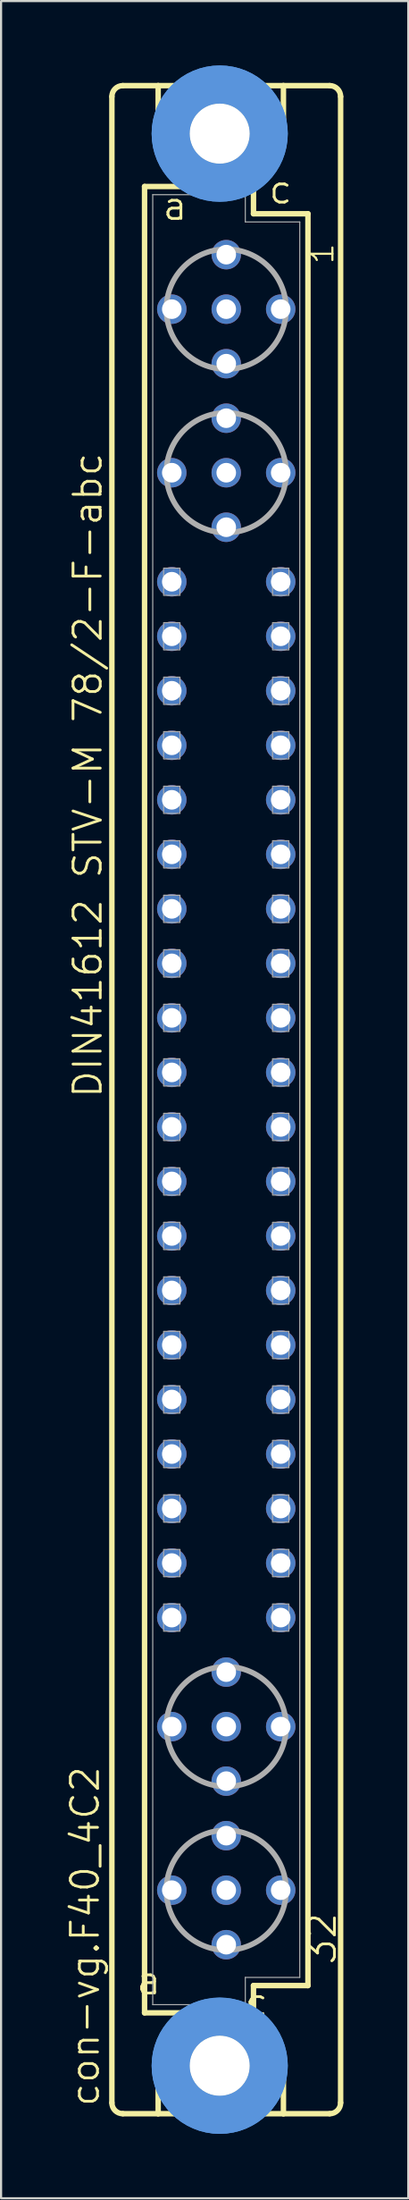
<source format=kicad_pcb>
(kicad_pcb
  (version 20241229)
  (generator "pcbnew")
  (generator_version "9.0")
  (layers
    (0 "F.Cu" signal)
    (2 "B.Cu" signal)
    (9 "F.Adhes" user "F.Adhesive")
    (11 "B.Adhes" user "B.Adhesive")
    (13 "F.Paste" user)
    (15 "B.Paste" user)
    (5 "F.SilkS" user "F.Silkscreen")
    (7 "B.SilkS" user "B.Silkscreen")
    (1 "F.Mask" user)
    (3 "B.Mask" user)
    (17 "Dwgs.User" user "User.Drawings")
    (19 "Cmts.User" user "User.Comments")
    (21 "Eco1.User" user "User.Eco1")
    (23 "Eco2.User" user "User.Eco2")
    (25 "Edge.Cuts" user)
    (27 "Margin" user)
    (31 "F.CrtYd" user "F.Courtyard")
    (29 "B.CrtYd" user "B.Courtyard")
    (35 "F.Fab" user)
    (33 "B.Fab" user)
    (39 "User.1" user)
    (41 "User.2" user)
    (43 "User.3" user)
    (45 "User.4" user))
  (footprint "con-vg.F40_4C2"
    (layer "F.Cu")
    (at 7.502 48.184)
    (property "Reference" "con-vg.F40_4C2" (at -5.842 46.99 90) (layer "F.SilkS") (effects (font (size 1.27 1.27) (thickness 0.13)) (justify left bottom)))
    (attr through_hole)
    (fp_line (start -5.334 46.736) (end -5.334 -46.736) (stroke (width 0.254) (type default)) (layer "F.SilkS"))
    (fp_line (start -4.826 -47.244) (end -3.175 -47.244) (stroke (width 0.254) (type default)) (layer "F.SilkS"))
    (fp_line (start -4.826 47.244) (end -3.175 47.244) (stroke (width 0.254) (type default)) (layer "F.SilkS"))
    (fp_line (start -3.81 -42.545) (end -3.81 42.545) (stroke (width 0.254) (type default)) (layer "F.SilkS"))
    (fp_line (start -3.81 42.545) (end -1.651 42.545) (stroke (width 0.254) (type default)) (layer "F.SilkS"))
    (fp_line (start -3.175 -47.244) (end -3.175 -44.45) (stroke (width 0.254) (type default)) (layer "F.SilkS"))
    (fp_line (start -3.175 47.244) (end -3.175 44.45) (stroke (width 0.254) (type default)) (layer "F.SilkS"))
    (fp_line (start -3.175 47.244) (end 2.667 47.244) (stroke (width 0.254) (type default)) (layer "F.SilkS"))
    (fp_line (start -1.651 -42.545) (end -3.81 -42.545) (stroke (width 0.254) (type default)) (layer "F.SilkS"))
    (fp_line (start -1.651 -42.545) (end -3.175 -44.45) (stroke (width 0.254) (type default)) (layer "F.SilkS"))
    (fp_line (start -1.651 42.545) (end -3.175 44.45) (stroke (width 0.254) (type default)) (layer "F.SilkS"))
    (fp_line (start -1.651 42.545) (end 1.143 42.545) (stroke (width 0.254) (type default)) (layer "F.SilkS"))
    (fp_line (start 1.143 -42.545) (end -1.651 -42.545) (stroke (width 0.254) (type default)) (layer "F.SilkS"))
    (fp_line (start 1.143 -42.545) (end 2.667 -44.45) (stroke (width 0.254) (type default)) (layer "F.SilkS"))
    (fp_line (start 1.143 42.545) (end 1.27 42.545) (stroke (width 0.254) (type default)) (layer "F.SilkS"))
    (fp_line (start 1.143 42.545) (end 2.667 44.45) (stroke (width 0.254) (type default)) (layer "F.SilkS"))
    (fp_line (start 1.27 -42.545) (end 1.143 -42.545) (stroke (width 0.254) (type default)) (layer "F.SilkS"))
    (fp_line (start 1.27 -41.275) (end 1.27 -42.545) (stroke (width 0.254) (type default)) (layer "F.SilkS"))
    (fp_line (start 1.27 41.275) (end 3.81 41.275) (stroke (width 0.254) (type default)) (layer "F.SilkS"))
    (fp_line (start 1.27 42.545) (end 1.27 41.275) (stroke (width 0.254) (type default)) (layer "F.SilkS"))
    (fp_line (start 2.667 -47.244) (end -3.175 -47.244) (stroke (width 0.254) (type default)) (layer "F.SilkS"))
    (fp_line (start 2.667 -47.244) (end 2.667 -44.45) (stroke (width 0.254) (type default)) (layer "F.SilkS"))
    (fp_line (start 2.667 47.244) (end 2.667 44.45) (stroke (width 0.254) (type default)) (layer "F.SilkS"))
    (fp_line (start 2.667 47.244) (end 4.826 47.244) (stroke (width 0.254) (type default)) (layer "F.SilkS"))
    (fp_line (start 3.81 -41.275) (end 1.27 -41.275) (stroke (width 0.254) (type default)) (layer "F.SilkS"))
    (fp_line (start 3.81 41.275) (end 3.81 -41.275) (stroke (width 0.254) (type default)) (layer "F.SilkS"))
    (fp_line (start 4.826 -47.244) (end 2.667 -47.244) (stroke (width 0.254) (type default)) (layer "F.SilkS"))
    (fp_line (start 5.334 46.736) (end 5.334 -46.736) (stroke (width 0.254) (type default)) (layer "F.SilkS"))
    (fp_arc (start -5.334 -46.736) (mid -5.18521 -47.09521) (end -4.826 -47.244) (stroke (width 0.254) (type default)) (layer "F.SilkS"))
    (fp_arc (start -4.826 47.244) (mid -5.18521 47.09521) (end -5.334 46.736) (stroke (width 0.254) (type default)) (layer "F.SilkS"))
    (fp_arc (start 4.826 -47.244) (mid 5.18521 -47.09521) (end 5.334 -46.736) (stroke (width 0.254) (type default)) (layer "F.SilkS"))
    (fp_arc (start 5.334 46.736) (mid 5.18521 47.09521) (end 4.826 47.244) (stroke (width 0.254) (type default)) (layer "F.SilkS"))
    (fp_circle (center -0.305 -45.009) (end 0.965 -45.009) (stroke (width 0.254) (type default)) (fill no) (layer "F.SilkS"))
    (fp_circle (center -0.305 45.009) (end 0.965 45.009) (stroke (width 0.254) (type default)) (fill no) (layer "F.SilkS"))
    (fp_circle (center -0.305 -45.009) (end 1.981 -45.009) (stroke (width 1.778) (type default)) (fill no) (layer "Cmts.User"))
    (fp_circle (center -0.305 -45.009) (end 1.981 -45.009) (stroke (width 1.778) (type default)) (fill no) (layer "Cmts.User"))
    (fp_circle (center -0.305 45.009) (end 1.981 45.009) (stroke (width 1.778) (type default)) (fill no) (layer "Cmts.User"))
    (fp_circle (center -0.305 45.009) (end 1.981 45.009) (stroke (width 1.778) (type default)) (fill no) (layer "Cmts.User"))
    (fp_line (start -3.429 -42.164) (end -3.429 42.164) (stroke (width 0.051) (type default)) (layer "F.Fab"))
    (fp_line (start -3.429 -42.164) (end 0.889 -42.164) (stroke (width 0.051) (type default)) (layer "F.Fab"))
    (fp_line (start -3.429 42.164) (end 0.889 42.164) (stroke (width 0.051) (type default)) (layer "F.Fab"))
    (fp_line (start 0.889 -42.164) (end 0.889 -40.894) (stroke (width 0.051) (type default)) (layer "F.Fab"))
    (fp_line (start 0.889 -40.894) (end 3.429 -40.894) (stroke (width 0.051) (type default)) (layer "F.Fab"))
    (fp_line (start 0.889 40.894) (end 3.429 40.894) (stroke (width 0.051) (type default)) (layer "F.Fab"))
    (fp_line (start 0.889 42.164) (end 0.889 40.894) (stroke (width 0.051) (type default)) (layer "F.Fab"))
    (fp_line (start 3.429 -40.894) (end 3.429 40.894) (stroke (width 0.051) (type default)) (layer "F.Fab"))
    (fp_rect (start -2.921 -23.495) (end -2.159 -24.765) (stroke (width 0.05) (type default)) (fill no) (layer "F.Fab"))
    (fp_rect (start -2.921 -20.955) (end -2.159 -22.225) (stroke (width 0.05) (type default)) (fill no) (layer "F.Fab"))
    (fp_rect (start -2.921 -18.415) (end -2.159 -19.685) (stroke (width 0.05) (type default)) (fill no) (layer "F.Fab"))
    (fp_rect (start -2.921 -15.875) (end -2.159 -17.145) (stroke (width 0.05) (type default)) (fill no) (layer "F.Fab"))
    (fp_rect (start -2.921 -13.335) (end -2.159 -14.605) (stroke (width 0.05) (type default)) (fill no) (layer "F.Fab"))
    (fp_rect (start -2.921 -10.795) (end -2.159 -12.065) (stroke (width 0.05) (type default)) (fill no) (layer "F.Fab"))
    (fp_rect (start -2.921 -8.255) (end -2.159 -9.525) (stroke (width 0.05) (type default)) (fill no) (layer "F.Fab"))
    (fp_rect (start -2.921 -5.715) (end -2.159 -6.985) (stroke (width 0.05) (type default)) (fill no) (layer "F.Fab"))
    (fp_rect (start -2.921 -3.175) (end -2.159 -4.445) (stroke (width 0.05) (type default)) (fill no) (layer "F.Fab"))
    (fp_rect (start -2.921 -0.635) (end -2.159 -1.905) (stroke (width 0.05) (type default)) (fill no) (layer "F.Fab"))
    (fp_rect (start -2.921 1.905) (end -2.159 0.635) (stroke (width 0.05) (type default)) (fill no) (layer "F.Fab"))
    (fp_rect (start -2.921 4.445) (end -2.159 3.175) (stroke (width 0.05) (type default)) (fill no) (layer "F.Fab"))
    (fp_rect (start -2.921 6.985) (end -2.159 5.715) (stroke (width 0.05) (type default)) (fill no) (layer "F.Fab"))
    (fp_rect (start -2.921 9.525) (end -2.159 8.255) (stroke (width 0.05) (type default)) (fill no) (layer "F.Fab"))
    (fp_rect (start -2.921 12.065) (end -2.159 10.795) (stroke (width 0.05) (type default)) (fill no) (layer "F.Fab"))
    (fp_rect (start -2.921 14.605) (end -2.159 13.335) (stroke (width 0.05) (type default)) (fill no) (layer "F.Fab"))
    (fp_rect (start -2.921 17.145) (end -2.159 15.875) (stroke (width 0.05) (type default)) (fill no) (layer "F.Fab"))
    (fp_rect (start -2.921 19.685) (end -2.159 18.415) (stroke (width 0.05) (type default)) (fill no) (layer "F.Fab"))
    (fp_rect (start -2.921 22.225) (end -2.159 20.955) (stroke (width 0.05) (type default)) (fill no) (layer "F.Fab"))
    (fp_rect (start -2.921 24.765) (end -2.159 23.495) (stroke (width 0.05) (type default)) (fill no) (layer "F.Fab"))
    (fp_rect (start 2.159 -23.495) (end 2.921 -24.765) (stroke (width 0.05) (type default)) (fill no) (layer "F.Fab"))
    (fp_rect (start 2.159 -20.955) (end 2.921 -22.225) (stroke (width 0.05) (type default)) (fill no) (layer "F.Fab"))
    (fp_rect (start 2.159 -18.415) (end 2.921 -19.685) (stroke (width 0.05) (type default)) (fill no) (layer "F.Fab"))
    (fp_rect (start 2.159 -15.875) (end 2.921 -17.145) (stroke (width 0.05) (type default)) (fill no) (layer "F.Fab"))
    (fp_rect (start 2.159 -13.335) (end 2.921 -14.605) (stroke (width 0.05) (type default)) (fill no) (layer "F.Fab"))
    (fp_rect (start 2.159 -10.795) (end 2.921 -12.065) (stroke (width 0.05) (type default)) (fill no) (layer "F.Fab"))
    (fp_rect (start 2.159 -8.255) (end 2.921 -9.525) (stroke (width 0.05) (type default)) (fill no) (layer "F.Fab"))
    (fp_rect (start 2.159 -5.715) (end 2.921 -6.985) (stroke (width 0.05) (type default)) (fill no) (layer "F.Fab"))
    (fp_rect (start 2.159 -3.175) (end 2.921 -4.445) (stroke (width 0.05) (type default)) (fill no) (layer "F.Fab"))
    (fp_rect (start 2.159 -0.635) (end 2.921 -1.905) (stroke (width 0.05) (type default)) (fill no) (layer "F.Fab"))
    (fp_rect (start 2.159 1.905) (end 2.921 0.635) (stroke (width 0.05) (type default)) (fill no) (layer "F.Fab"))
    (fp_rect (start 2.159 4.445) (end 2.921 3.175) (stroke (width 0.05) (type default)) (fill no) (layer "F.Fab"))
    (fp_rect (start 2.159 6.985) (end 2.921 5.715) (stroke (width 0.05) (type default)) (fill no) (layer "F.Fab"))
    (fp_rect (start 2.159 9.525) (end 2.921 8.255) (stroke (width 0.05) (type default)) (fill no) (layer "F.Fab"))
    (fp_rect (start 2.159 12.065) (end 2.921 10.795) (stroke (width 0.05) (type default)) (fill no) (layer "F.Fab"))
    (fp_rect (start 2.159 14.605) (end 2.921 13.335) (stroke (width 0.05) (type default)) (fill no) (layer "F.Fab"))
    (fp_rect (start 2.159 17.145) (end 2.921 15.875) (stroke (width 0.05) (type default)) (fill no) (layer "F.Fab"))
    (fp_rect (start 2.159 19.685) (end 2.921 18.415) (stroke (width 0.05) (type default)) (fill no) (layer "F.Fab"))
    (fp_rect (start 2.159 22.225) (end 2.921 20.955) (stroke (width 0.05) (type default)) (fill no) (layer "F.Fab"))
    (fp_rect (start 2.159 24.765) (end 2.921 23.495) (stroke (width 0.05) (type default)) (fill no) (layer "F.Fab"))
    (fp_circle (center 0 -36.83) (end 2.794 -36.83) (stroke (width 0.254) (type default)) (fill no) (layer "F.Fab"))
    (fp_circle (center 0 -29.21) (end 2.794 -29.21) (stroke (width 0.254) (type default)) (fill no) (layer "F.Fab"))
    (fp_circle (center 0 29.21) (end 2.794 29.21) (stroke (width 0.254) (type default)) (fill no) (layer "F.Fab"))
    (fp_circle (center 0 36.83) (end 2.794 36.83) (stroke (width 0.254) (type default)) (fill no) (layer "F.Fab"))
    (fp_text user "a " (at -4.275 41.783 0) (layer "F.SilkS") (effects (font (size 1.27 1.27) (thickness 0.13)) (justify left bottom)))
    (fp_text user "1" (at 5.08 -38.862 90) (layer "F.SilkS") (effects (font (size 1.016 1.016) (thickness 0.1)) (justify left bottom)))
    (fp_text user "a" (at -3.048 -40.894 0) (layer "F.SilkS") (effects (font (size 1.27 1.27) (thickness 0.13)) (justify left bottom)))
    (fp_text user "DIN41612 STV-M 78/2-F-abc" (at -5.715 0 90) (layer "F.SilkS") (effects (font (size 1.27 1.27) (thickness 0.13)) (justify left bottom)))
    (fp_text user "32" (at 5.207 40.386 90) (layer "F.SilkS") (effects (font (size 1.27 1.27) (thickness 0.13)) (justify left bottom)))
    (fp_text user "c" (at 1.905 -41.656 0) (layer "F.SilkS") (effects (font (size 1.27 1.27) (thickness 0.13)) (justify left bottom)))
    (fp_text user "c " (at 0.778 42.799 0) (layer "F.SilkS") (effects (font (size 1.27 1.27) (thickness 0.13)) (justify left bottom)))
    (pad "" np_thru_hole circle (at -0.305 -45.009) (size 2.794 2.794) (drill 2.794) (layers "*.Cu" "*.Mask"))
    (pad "" np_thru_hole circle (at -0.305 45.009) (size 2.794 2.794) (drill 2.794) (layers "*.Cu" "*.Mask"))
    (pad "A2" thru_hole circle (at -2.54 -36.83) (size 1.372 1.372) (drill 0.914) (layers "*.Cu" "*.Mask"))
    (pad "A5" thru_hole circle (at -2.54 -29.21) (size 1.372 1.372) (drill 0.914) (layers "*.Cu" "*.Mask"))
    (pad "A7" thru_hole circle (at -2.54 -24.13) (size 1.372 1.372) (drill 0.914) (layers "*.Cu" "*.Mask"))
    (pad "A8" thru_hole circle (at -2.54 -21.59) (size 1.372 1.372) (drill 0.914) (layers "*.Cu" "*.Mask"))
    (pad "A9" thru_hole circle (at -2.54 -19.05) (size 1.372 1.372) (drill 0.914) (layers "*.Cu" "*.Mask"))
    (pad "A10" thru_hole circle (at -2.54 -16.51) (size 1.372 1.372) (drill 0.914) (layers "*.Cu" "*.Mask"))
    (pad "A11" thru_hole circle (at -2.54 -13.97) (size 1.372 1.372) (drill 0.914) (layers "*.Cu" "*.Mask"))
    (pad "A12" thru_hole circle (at -2.54 -11.43) (size 1.372 1.372) (drill 0.914) (layers "*.Cu" "*.Mask"))
    (pad "A13" thru_hole circle (at -2.54 -8.89) (size 1.372 1.372) (drill 0.914) (layers "*.Cu" "*.Mask"))
    (pad "A14" thru_hole circle (at -2.54 -6.35) (size 1.372 1.372) (drill 0.914) (layers "*.Cu" "*.Mask"))
    (pad "A15" thru_hole circle (at -2.54 -3.81) (size 1.372 1.372) (drill 0.914) (layers "*.Cu" "*.Mask"))
    (pad "A16" thru_hole circle (at -2.54 -1.27) (size 1.372 1.372) (drill 0.914) (layers "*.Cu" "*.Mask"))
    (pad "A17" thru_hole circle (at -2.54 1.27) (size 1.372 1.372) (drill 0.914) (layers "*.Cu" "*.Mask"))
    (pad "A18" thru_hole circle (at -2.54 3.81) (size 1.372 1.372) (drill 0.914) (layers "*.Cu" "*.Mask"))
    (pad "A19" thru_hole circle (at -2.54 6.35) (size 1.372 1.372) (drill 0.914) (layers "*.Cu" "*.Mask"))
    (pad "A20" thru_hole circle (at -2.54 8.89) (size 1.372 1.372) (drill 0.914) (layers "*.Cu" "*.Mask"))
    (pad "A21" thru_hole circle (at -2.54 11.43) (size 1.372 1.372) (drill 0.914) (layers "*.Cu" "*.Mask"))
    (pad "A22" thru_hole circle (at -2.54 13.97) (size 1.372 1.372) (drill 0.914) (layers "*.Cu" "*.Mask"))
    (pad "A23" thru_hole circle (at -2.54 16.51) (size 1.372 1.372) (drill 0.914) (layers "*.Cu" "*.Mask"))
    (pad "A24" thru_hole circle (at -2.54 19.05) (size 1.372 1.372) (drill 0.914) (layers "*.Cu" "*.Mask"))
    (pad "A25" thru_hole circle (at -2.54 21.59) (size 1.372 1.372) (drill 0.914) (layers "*.Cu" "*.Mask"))
    (pad "A26" thru_hole circle (at -2.54 24.13) (size 1.372 1.372) (drill 0.914) (layers "*.Cu" "*.Mask"))
    (pad "A28" thru_hole circle (at -2.54 29.21) (size 1.372 1.372) (drill 0.914) (layers "*.Cu" "*.Mask"))
    (pad "A31" thru_hole circle (at -2.54 36.83) (size 1.372 1.372) (drill 0.914) (layers "*.Cu" "*.Mask"))
    (pad "B1" thru_hole circle (at 0 -39.37) (size 1.372 1.372) (drill 0.914) (layers "*.Cu" "*.Mask"))
    (pad "B2" thru_hole circle (at 0 -36.83) (size 1.372 1.372) (drill 0.914) (layers "*.Cu" "*.Mask"))
    (pad "B3" thru_hole circle (at 0 -34.29) (size 1.372 1.372) (drill 0.914) (layers "*.Cu" "*.Mask"))
    (pad "B4" thru_hole circle (at 0 -31.75) (size 1.372 1.372) (drill 0.914) (layers "*.Cu" "*.Mask"))
    (pad "B5" thru_hole circle (at 0 -29.21) (size 1.372 1.372) (drill 0.914) (layers "*.Cu" "*.Mask"))
    (pad "B6" thru_hole circle (at 0 -26.67) (size 1.372 1.372) (drill 0.914) (layers "*.Cu" "*.Mask"))
    (pad "B27" thru_hole circle (at 0 26.67) (size 1.372 1.372) (drill 0.914) (layers "*.Cu" "*.Mask"))
    (pad "B28" thru_hole circle (at 0 29.21) (size 1.372 1.372) (drill 0.914) (layers "*.Cu" "*.Mask"))
    (pad "B29" thru_hole circle (at 0 31.75) (size 1.372 1.372) (drill 0.914) (layers "*.Cu" "*.Mask"))
    (pad "B30" thru_hole circle (at 0 34.29) (size 1.372 1.372) (drill 0.914) (layers "*.Cu" "*.Mask"))
    (pad "B31" thru_hole circle (at 0 36.83) (size 1.372 1.372) (drill 0.914) (layers "*.Cu" "*.Mask"))
    (pad "B32" thru_hole circle (at 0 39.37) (size 1.372 1.372) (drill 0.914) (layers "*.Cu" "*.Mask"))
    (pad "C2" thru_hole circle (at 2.54 -36.83) (size 1.372 1.372) (drill 0.914) (layers "*.Cu" "*.Mask"))
    (pad "C5" thru_hole circle (at 2.54 -29.21) (size 1.372 1.372) (drill 0.914) (layers "*.Cu" "*.Mask"))
    (pad "C7" thru_hole circle (at 2.54 -24.13) (size 1.372 1.372) (drill 0.914) (layers "*.Cu" "*.Mask"))
    (pad "C8" thru_hole circle (at 2.54 -21.59) (size 1.372 1.372) (drill 0.914) (layers "*.Cu" "*.Mask"))
    (pad "C9" thru_hole circle (at 2.54 -19.05) (size 1.372 1.372) (drill 0.914) (layers "*.Cu" "*.Mask"))
    (pad "C10" thru_hole circle (at 2.54 -16.51) (size 1.372 1.372) (drill 0.914) (layers "*.Cu" "*.Mask"))
    (pad "C11" thru_hole circle (at 2.54 -13.97) (size 1.372 1.372) (drill 0.914) (layers "*.Cu" "*.Mask"))
    (pad "C12" thru_hole circle (at 2.54 -11.43) (size 1.372 1.372) (drill 0.914) (layers "*.Cu" "*.Mask"))
    (pad "C13" thru_hole circle (at 2.54 -8.89) (size 1.372 1.372) (drill 0.914) (layers "*.Cu" "*.Mask"))
    (pad "C14" thru_hole circle (at 2.54 -6.35) (size 1.372 1.372) (drill 0.914) (layers "*.Cu" "*.Mask"))
    (pad "C15" thru_hole circle (at 2.54 -3.81) (size 1.372 1.372) (drill 0.914) (layers "*.Cu" "*.Mask"))
    (pad "C16" thru_hole circle (at 2.54 -1.27) (size 1.372 1.372) (drill 0.914) (layers "*.Cu" "*.Mask"))
    (pad "C17" thru_hole circle (at 2.54 1.27) (size 1.372 1.372) (drill 0.914) (layers "*.Cu" "*.Mask"))
    (pad "C18" thru_hole circle (at 2.54 3.81) (size 1.372 1.372) (drill 0.914) (layers "*.Cu" "*.Mask"))
    (pad "C19" thru_hole circle (at 2.54 6.35) (size 1.372 1.372) (drill 0.914) (layers "*.Cu" "*.Mask"))
    (pad "C20" thru_hole circle (at 2.54 8.89) (size 1.372 1.372) (drill 0.914) (layers "*.Cu" "*.Mask"))
    (pad "C21" thru_hole circle (at 2.54 11.43) (size 1.372 1.372) (drill 0.914) (layers "*.Cu" "*.Mask"))
    (pad "C22" thru_hole circle (at 2.54 13.97) (size 1.372 1.372) (drill 0.914) (layers "*.Cu" "*.Mask"))
    (pad "C23" thru_hole circle (at 2.54 16.51) (size 1.372 1.372) (drill 0.914) (layers "*.Cu" "*.Mask"))
    (pad "C24" thru_hole circle (at 2.54 19.05) (size 1.372 1.372) (drill 0.914) (layers "*.Cu" "*.Mask"))
    (pad "C25" thru_hole circle (at 2.54 21.59) (size 1.372 1.372) (drill 0.914) (layers "*.Cu" "*.Mask"))
    (pad "C26" thru_hole circle (at 2.54 24.13) (size 1.372 1.372) (drill 0.914) (layers "*.Cu" "*.Mask"))
    (pad "C28" thru_hole circle (at 2.54 29.21) (size 1.372 1.372) (drill 0.914) (layers "*.Cu" "*.Mask"))
    (pad "C31" thru_hole circle (at 2.54 36.83) (size 1.372 1.372) (drill 0.914) (layers "*.Cu" "*.Mask")))
  (gr_rect
    (start -3 -3)
    (end 15.991 99.368)
    (stroke (width 0.1) (type default))
    (fill no)
    (layer "Edge.Cuts")))
</source>
